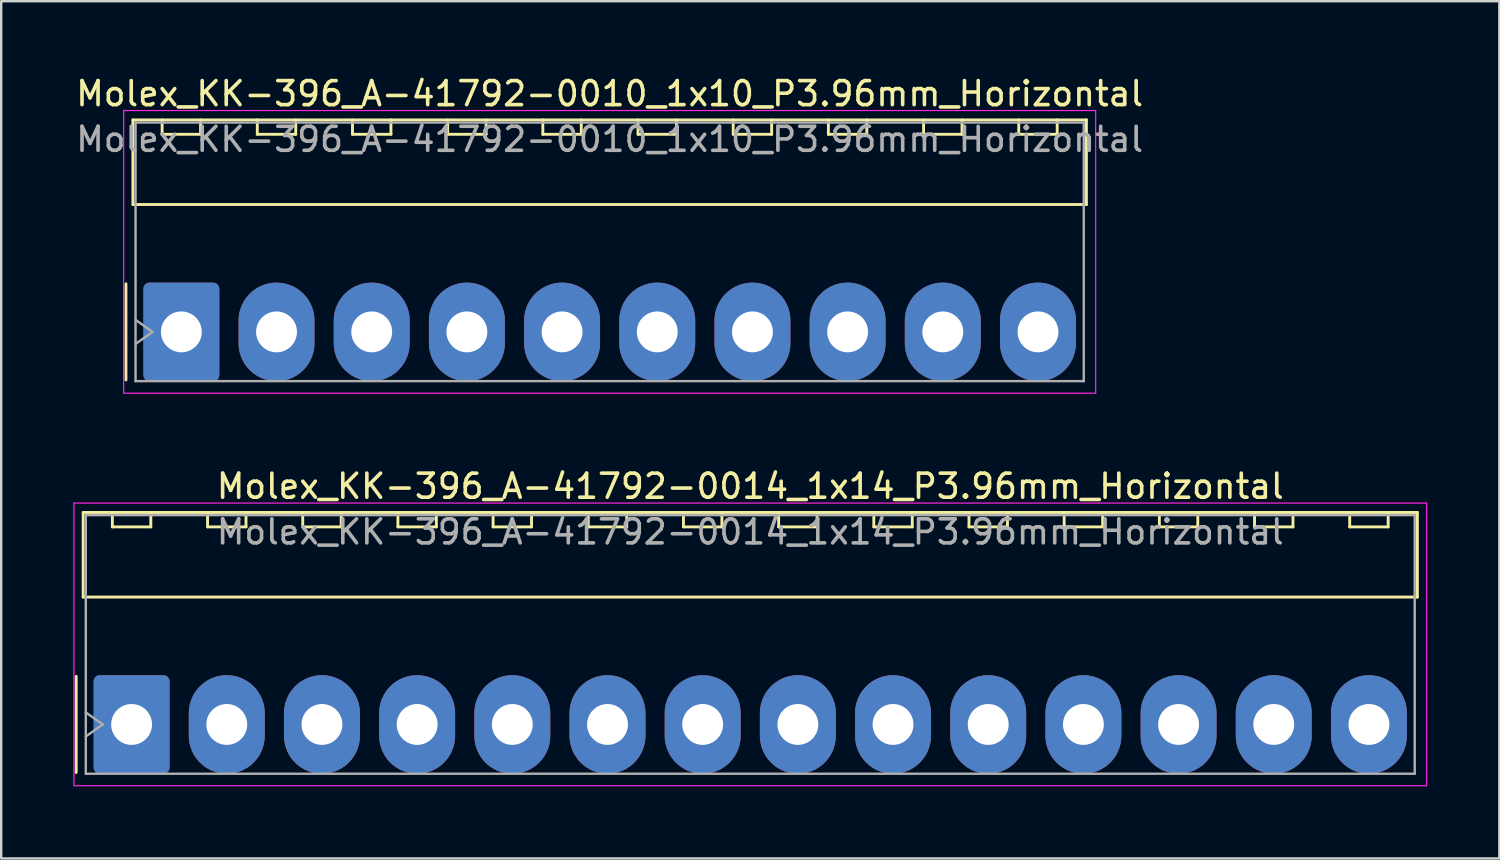
<source format=kicad_pcb>
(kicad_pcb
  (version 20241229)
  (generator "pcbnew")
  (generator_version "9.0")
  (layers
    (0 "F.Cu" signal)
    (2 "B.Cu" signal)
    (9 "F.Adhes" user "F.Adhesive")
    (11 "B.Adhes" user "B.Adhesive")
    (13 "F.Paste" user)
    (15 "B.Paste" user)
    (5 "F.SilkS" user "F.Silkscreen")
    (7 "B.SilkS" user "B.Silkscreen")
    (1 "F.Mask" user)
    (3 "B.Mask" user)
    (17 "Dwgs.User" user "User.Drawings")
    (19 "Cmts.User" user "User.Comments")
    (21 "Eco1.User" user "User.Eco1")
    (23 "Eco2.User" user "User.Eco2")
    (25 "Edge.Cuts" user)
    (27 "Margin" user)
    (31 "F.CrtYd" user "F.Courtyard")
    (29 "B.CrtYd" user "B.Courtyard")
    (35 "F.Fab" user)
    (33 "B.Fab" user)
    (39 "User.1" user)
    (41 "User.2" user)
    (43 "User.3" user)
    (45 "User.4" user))
  (footprint "Molex_KK-396_A-41792-0010_1x10_P3.96mm_Horizontal"
    (layer "F.Cu")
    (at 4.495 10.758)
    (property "Reference" "Molex_KK-396_A-41792-0010_1x10_P3.96mm_Horizontal" (at 17.82 -9.91 0) (layer "F.SilkS") (effects (font (size 1 1) (thickness 0.15))))
    (attr through_hole)
    (fp_line (start -2.305 -2) (end -2.305 2) (stroke (width 0.12) (type solid)) (layer "F.SilkS"))
    (fp_line (start -2.015 -8.82) (end 37.655 -8.82) (stroke (width 0.12) (type solid)) (layer "F.SilkS"))
    (fp_line (start -2.015 -5.3) (end -2.015 -8.82) (stroke (width 0.12) (type solid)) (layer "F.SilkS"))
    (fp_line (start -0.8 -8.82) (end -0.8 -8.22) (stroke (width 0.12) (type solid)) (layer "F.SilkS"))
    (fp_line (start -0.8 -8.22) (end 0.8 -8.22) (stroke (width 0.12) (type solid)) (layer "F.SilkS"))
    (fp_line (start 0.8 -8.22) (end 0.8 -8.82) (stroke (width 0.12) (type solid)) (layer "F.SilkS"))
    (fp_line (start 3.16 -8.82) (end 3.16 -8.22) (stroke (width 0.12) (type solid)) (layer "F.SilkS"))
    (fp_line (start 3.16 -8.22) (end 4.76 -8.22) (stroke (width 0.12) (type solid)) (layer "F.SilkS"))
    (fp_line (start 4.76 -8.22) (end 4.76 -8.82) (stroke (width 0.12) (type solid)) (layer "F.SilkS"))
    (fp_line (start 7.12 -8.82) (end 7.12 -8.22) (stroke (width 0.12) (type solid)) (layer "F.SilkS"))
    (fp_line (start 7.12 -8.22) (end 8.72 -8.22) (stroke (width 0.12) (type solid)) (layer "F.SilkS"))
    (fp_line (start 8.72 -8.22) (end 8.72 -8.82) (stroke (width 0.12) (type solid)) (layer "F.SilkS"))
    (fp_line (start 11.08 -8.82) (end 11.08 -8.22) (stroke (width 0.12) (type solid)) (layer "F.SilkS"))
    (fp_line (start 11.08 -8.22) (end 12.68 -8.22) (stroke (width 0.12) (type solid)) (layer "F.SilkS"))
    (fp_line (start 12.68 -8.22) (end 12.68 -8.82) (stroke (width 0.12) (type solid)) (layer "F.SilkS"))
    (fp_line (start 15.04 -8.82) (end 15.04 -8.22) (stroke (width 0.12) (type solid)) (layer "F.SilkS"))
    (fp_line (start 15.04 -8.22) (end 16.64 -8.22) (stroke (width 0.12) (type solid)) (layer "F.SilkS"))
    (fp_line (start 16.64 -8.22) (end 16.64 -8.82) (stroke (width 0.12) (type solid)) (layer "F.SilkS"))
    (fp_line (start 19 -8.82) (end 19 -8.22) (stroke (width 0.12) (type solid)) (layer "F.SilkS"))
    (fp_line (start 19 -8.22) (end 20.6 -8.22) (stroke (width 0.12) (type solid)) (layer "F.SilkS"))
    (fp_line (start 20.6 -8.22) (end 20.6 -8.82) (stroke (width 0.12) (type solid)) (layer "F.SilkS"))
    (fp_line (start 22.96 -8.82) (end 22.96 -8.22) (stroke (width 0.12) (type solid)) (layer "F.SilkS"))
    (fp_line (start 22.96 -8.22) (end 24.56 -8.22) (stroke (width 0.12) (type solid)) (layer "F.SilkS"))
    (fp_line (start 24.56 -8.22) (end 24.56 -8.82) (stroke (width 0.12) (type solid)) (layer "F.SilkS"))
    (fp_line (start 26.92 -8.82) (end 26.92 -8.22) (stroke (width 0.12) (type solid)) (layer "F.SilkS"))
    (fp_line (start 26.92 -8.22) (end 28.52 -8.22) (stroke (width 0.12) (type solid)) (layer "F.SilkS"))
    (fp_line (start 28.52 -8.22) (end 28.52 -8.82) (stroke (width 0.12) (type solid)) (layer "F.SilkS"))
    (fp_line (start 30.88 -8.82) (end 30.88 -8.22) (stroke (width 0.12) (type solid)) (layer "F.SilkS"))
    (fp_line (start 30.88 -8.22) (end 32.48 -8.22) (stroke (width 0.12) (type solid)) (layer "F.SilkS"))
    (fp_line (start 32.48 -8.22) (end 32.48 -8.82) (stroke (width 0.12) (type solid)) (layer "F.SilkS"))
    (fp_line (start 34.84 -8.82) (end 34.84 -8.22) (stroke (width 0.12) (type solid)) (layer "F.SilkS"))
    (fp_line (start 34.84 -8.22) (end 36.44 -8.22) (stroke (width 0.12) (type solid)) (layer "F.SilkS"))
    (fp_line (start 36.44 -8.22) (end 36.44 -8.82) (stroke (width 0.12) (type solid)) (layer "F.SilkS"))
    (fp_line (start 37.655 -8.82) (end 37.655 -5.3) (stroke (width 0.12) (type solid)) (layer "F.SilkS"))
    (fp_line (start 37.655 -5.3) (end -2.015 -5.3) (stroke (width 0.12) (type solid)) (layer "F.SilkS"))
    (fp_line (start -2.4 -9.21) (end -2.4 2.55) (stroke (width 0.05) (type solid)) (layer "F.CrtYd"))
    (fp_line (start -2.4 2.55) (end 38.04 2.55) (stroke (width 0.05) (type solid)) (layer "F.CrtYd"))
    (fp_line (start 38.04 -9.21) (end -2.4 -9.21) (stroke (width 0.05) (type solid)) (layer "F.CrtYd"))
    (fp_line (start 38.04 2.55) (end 38.04 -9.21) (stroke (width 0.05) (type solid)) (layer "F.CrtYd"))
    (fp_line (start -1.905 -8.71) (end 37.545 -8.71) (stroke (width 0.1) (type solid)) (layer "F.Fab"))
    (fp_line (start -1.905 -0.5) (end -1.198 0) (stroke (width 0.1) (type solid)) (layer "F.Fab"))
    (fp_line (start -1.905 2.05) (end -1.905 -8.71) (stroke (width 0.1) (type solid)) (layer "F.Fab"))
    (fp_line (start -1.198 0) (end -1.905 0.5) (stroke (width 0.1) (type solid)) (layer "F.Fab"))
    (fp_line (start 37.545 -8.71) (end 37.545 2.05) (stroke (width 0.1) (type solid)) (layer "F.Fab"))
    (fp_line (start 37.545 2.05) (end -1.905 2.05) (stroke (width 0.1) (type solid)) (layer "F.Fab"))
    (fp_text user "${REFERENCE}" (at 17.82 -8.01 0) (layer "F.Fab") (effects (font (size 1 1) (thickness 0.15))))
    (pad "1" thru_hole roundrect (at 0 0) (size 3.16 4.1) (drill 1.7) (layers "*.Cu" "*.Mask") (roundrect_rratio 0.079))
    (pad "2" thru_hole oval (at 3.96 0) (size 3.16 4.1) (drill 1.7) (layers "*.Cu" "*.Mask"))
    (pad "3" thru_hole oval (at 7.92 0) (size 3.16 4.1) (drill 1.7) (layers "*.Cu" "*.Mask"))
    (pad "4" thru_hole oval (at 11.88 0) (size 3.16 4.1) (drill 1.7) (layers "*.Cu" "*.Mask"))
    (pad "5" thru_hole oval (at 15.84 0) (size 3.16 4.1) (drill 1.7) (layers "*.Cu" "*.Mask"))
    (pad "6" thru_hole oval (at 19.8 0) (size 3.16 4.1) (drill 1.7) (layers "*.Cu" "*.Mask"))
    (pad "7" thru_hole oval (at 23.76 0) (size 3.16 4.1) (drill 1.7) (layers "*.Cu" "*.Mask"))
    (pad "8" thru_hole oval (at 27.72 0) (size 3.16 4.1) (drill 1.7) (layers "*.Cu" "*.Mask"))
    (pad "9" thru_hole oval (at 31.68 0) (size 3.16 4.1) (drill 1.7) (layers "*.Cu" "*.Mask"))
    (pad "10" thru_hole oval (at 35.64 0) (size 3.16 4.1) (drill 1.7) (layers "*.Cu" "*.Mask")))
  (footprint "Molex_KK-396_A-41792-0014_1x14_P3.96mm_Horizontal"
    (layer "F.Cu")
    (at 2.425 27.091)
    (property "Reference" "Molex_KK-396_A-41792-0014_1x14_P3.96mm_Horizontal" (at 25.74 -9.91 0) (layer "F.SilkS") (effects (font (size 1 1) (thickness 0.15))))
    (attr through_hole)
    (fp_line (start -2.305 -2) (end -2.305 2) (stroke (width 0.12) (type solid)) (layer "F.SilkS"))
    (fp_line (start -2.015 -8.82) (end 53.495 -8.82) (stroke (width 0.12) (type solid)) (layer "F.SilkS"))
    (fp_line (start -2.015 -5.3) (end -2.015 -8.82) (stroke (width 0.12) (type solid)) (layer "F.SilkS"))
    (fp_line (start -0.8 -8.82) (end -0.8 -8.22) (stroke (width 0.12) (type solid)) (layer "F.SilkS"))
    (fp_line (start -0.8 -8.22) (end 0.8 -8.22) (stroke (width 0.12) (type solid)) (layer "F.SilkS"))
    (fp_line (start 0.8 -8.22) (end 0.8 -8.82) (stroke (width 0.12) (type solid)) (layer "F.SilkS"))
    (fp_line (start 3.16 -8.82) (end 3.16 -8.22) (stroke (width 0.12) (type solid)) (layer "F.SilkS"))
    (fp_line (start 3.16 -8.22) (end 4.76 -8.22) (stroke (width 0.12) (type solid)) (layer "F.SilkS"))
    (fp_line (start 4.76 -8.22) (end 4.76 -8.82) (stroke (width 0.12) (type solid)) (layer "F.SilkS"))
    (fp_line (start 7.12 -8.82) (end 7.12 -8.22) (stroke (width 0.12) (type solid)) (layer "F.SilkS"))
    (fp_line (start 7.12 -8.22) (end 8.72 -8.22) (stroke (width 0.12) (type solid)) (layer "F.SilkS"))
    (fp_line (start 8.72 -8.22) (end 8.72 -8.82) (stroke (width 0.12) (type solid)) (layer "F.SilkS"))
    (fp_line (start 11.08 -8.82) (end 11.08 -8.22) (stroke (width 0.12) (type solid)) (layer "F.SilkS"))
    (fp_line (start 11.08 -8.22) (end 12.68 -8.22) (stroke (width 0.12) (type solid)) (layer "F.SilkS"))
    (fp_line (start 12.68 -8.22) (end 12.68 -8.82) (stroke (width 0.12) (type solid)) (layer "F.SilkS"))
    (fp_line (start 15.04 -8.82) (end 15.04 -8.22) (stroke (width 0.12) (type solid)) (layer "F.SilkS"))
    (fp_line (start 15.04 -8.22) (end 16.64 -8.22) (stroke (width 0.12) (type solid)) (layer "F.SilkS"))
    (fp_line (start 16.64 -8.22) (end 16.64 -8.82) (stroke (width 0.12) (type solid)) (layer "F.SilkS"))
    (fp_line (start 19 -8.82) (end 19 -8.22) (stroke (width 0.12) (type solid)) (layer "F.SilkS"))
    (fp_line (start 19 -8.22) (end 20.6 -8.22) (stroke (width 0.12) (type solid)) (layer "F.SilkS"))
    (fp_line (start 20.6 -8.22) (end 20.6 -8.82) (stroke (width 0.12) (type solid)) (layer "F.SilkS"))
    (fp_line (start 22.96 -8.82) (end 22.96 -8.22) (stroke (width 0.12) (type solid)) (layer "F.SilkS"))
    (fp_line (start 22.96 -8.22) (end 24.56 -8.22) (stroke (width 0.12) (type solid)) (layer "F.SilkS"))
    (fp_line (start 24.56 -8.22) (end 24.56 -8.82) (stroke (width 0.12) (type solid)) (layer "F.SilkS"))
    (fp_line (start 26.92 -8.82) (end 26.92 -8.22) (stroke (width 0.12) (type solid)) (layer "F.SilkS"))
    (fp_line (start 26.92 -8.22) (end 28.52 -8.22) (stroke (width 0.12) (type solid)) (layer "F.SilkS"))
    (fp_line (start 28.52 -8.22) (end 28.52 -8.82) (stroke (width 0.12) (type solid)) (layer "F.SilkS"))
    (fp_line (start 30.88 -8.82) (end 30.88 -8.22) (stroke (width 0.12) (type solid)) (layer "F.SilkS"))
    (fp_line (start 30.88 -8.22) (end 32.48 -8.22) (stroke (width 0.12) (type solid)) (layer "F.SilkS"))
    (fp_line (start 32.48 -8.22) (end 32.48 -8.82) (stroke (width 0.12) (type solid)) (layer "F.SilkS"))
    (fp_line (start 34.84 -8.82) (end 34.84 -8.22) (stroke (width 0.12) (type solid)) (layer "F.SilkS"))
    (fp_line (start 34.84 -8.22) (end 36.44 -8.22) (stroke (width 0.12) (type solid)) (layer "F.SilkS"))
    (fp_line (start 36.44 -8.22) (end 36.44 -8.82) (stroke (width 0.12) (type solid)) (layer "F.SilkS"))
    (fp_line (start 38.8 -8.82) (end 38.8 -8.22) (stroke (width 0.12) (type solid)) (layer "F.SilkS"))
    (fp_line (start 38.8 -8.22) (end 40.4 -8.22) (stroke (width 0.12) (type solid)) (layer "F.SilkS"))
    (fp_line (start 40.4 -8.22) (end 40.4 -8.82) (stroke (width 0.12) (type solid)) (layer "F.SilkS"))
    (fp_line (start 42.76 -8.82) (end 42.76 -8.22) (stroke (width 0.12) (type solid)) (layer "F.SilkS"))
    (fp_line (start 42.76 -8.22) (end 44.36 -8.22) (stroke (width 0.12) (type solid)) (layer "F.SilkS"))
    (fp_line (start 44.36 -8.22) (end 44.36 -8.82) (stroke (width 0.12) (type solid)) (layer "F.SilkS"))
    (fp_line (start 46.72 -8.82) (end 46.72 -8.22) (stroke (width 0.12) (type solid)) (layer "F.SilkS"))
    (fp_line (start 46.72 -8.22) (end 48.32 -8.22) (stroke (width 0.12) (type solid)) (layer "F.SilkS"))
    (fp_line (start 48.32 -8.22) (end 48.32 -8.82) (stroke (width 0.12) (type solid)) (layer "F.SilkS"))
    (fp_line (start 50.68 -8.82) (end 50.68 -8.22) (stroke (width 0.12) (type solid)) (layer "F.SilkS"))
    (fp_line (start 50.68 -8.22) (end 52.28 -8.22) (stroke (width 0.12) (type solid)) (layer "F.SilkS"))
    (fp_line (start 52.28 -8.22) (end 52.28 -8.82) (stroke (width 0.12) (type solid)) (layer "F.SilkS"))
    (fp_line (start 53.495 -8.82) (end 53.495 -5.3) (stroke (width 0.12) (type solid)) (layer "F.SilkS"))
    (fp_line (start 53.495 -5.3) (end -2.015 -5.3) (stroke (width 0.12) (type solid)) (layer "F.SilkS"))
    (fp_line (start -2.4 -9.21) (end -2.4 2.55) (stroke (width 0.05) (type solid)) (layer "F.CrtYd"))
    (fp_line (start -2.4 2.55) (end 53.88 2.55) (stroke (width 0.05) (type solid)) (layer "F.CrtYd"))
    (fp_line (start 53.88 -9.21) (end -2.4 -9.21) (stroke (width 0.05) (type solid)) (layer "F.CrtYd"))
    (fp_line (start 53.88 2.55) (end 53.88 -9.21) (stroke (width 0.05) (type solid)) (layer "F.CrtYd"))
    (fp_line (start -1.905 -8.71) (end 53.385 -8.71) (stroke (width 0.1) (type solid)) (layer "F.Fab"))
    (fp_line (start -1.905 -0.5) (end -1.198 0) (stroke (width 0.1) (type solid)) (layer "F.Fab"))
    (fp_line (start -1.905 2.05) (end -1.905 -8.71) (stroke (width 0.1) (type solid)) (layer "F.Fab"))
    (fp_line (start -1.198 0) (end -1.905 0.5) (stroke (width 0.1) (type solid)) (layer "F.Fab"))
    (fp_line (start 53.385 -8.71) (end 53.385 2.05) (stroke (width 0.1) (type solid)) (layer "F.Fab"))
    (fp_line (start 53.385 2.05) (end -1.905 2.05) (stroke (width 0.1) (type solid)) (layer "F.Fab"))
    (fp_text user "${REFERENCE}" (at 25.74 -8.01 0) (layer "F.Fab") (effects (font (size 1 1) (thickness 0.15))))
    (pad "1" thru_hole roundrect (at 0 0) (size 3.16 4.1) (drill 1.7) (layers "*.Cu" "*.Mask") (roundrect_rratio 0.079))
    (pad "2" thru_hole oval (at 3.96 0) (size 3.16 4.1) (drill 1.7) (layers "*.Cu" "*.Mask"))
    (pad "3" thru_hole oval (at 7.92 0) (size 3.16 4.1) (drill 1.7) (layers "*.Cu" "*.Mask"))
    (pad "4" thru_hole oval (at 11.88 0) (size 3.16 4.1) (drill 1.7) (layers "*.Cu" "*.Mask"))
    (pad "5" thru_hole oval (at 15.84 0) (size 3.16 4.1) (drill 1.7) (layers "*.Cu" "*.Mask"))
    (pad "6" thru_hole oval (at 19.8 0) (size 3.16 4.1) (drill 1.7) (layers "*.Cu" "*.Mask"))
    (pad "7" thru_hole oval (at 23.76 0) (size 3.16 4.1) (drill 1.7) (layers "*.Cu" "*.Mask"))
    (pad "8" thru_hole oval (at 27.72 0) (size 3.16 4.1) (drill 1.7) (layers "*.Cu" "*.Mask"))
    (pad "9" thru_hole oval (at 31.68 0) (size 3.16 4.1) (drill 1.7) (layers "*.Cu" "*.Mask"))
    (pad "10" thru_hole oval (at 35.64 0) (size 3.16 4.1) (drill 1.7) (layers "*.Cu" "*.Mask"))
    (pad "11" thru_hole oval (at 39.6 0) (size 3.16 4.1) (drill 1.7) (layers "*.Cu" "*.Mask"))
    (pad "12" thru_hole oval (at 43.56 0) (size 3.16 4.1) (drill 1.7) (layers "*.Cu" "*.Mask"))
    (pad "13" thru_hole oval (at 47.52 0) (size 3.16 4.1) (drill 1.7) (layers "*.Cu" "*.Mask"))
    (pad "14" thru_hole oval (at 51.48 0) (size 3.16 4.1) (drill 1.7) (layers "*.Cu" "*.Mask")))
  (gr_rect
    (start -3 -3)
    (end 59.33 32.666)
    (stroke (width 0.1) (type default))
    (fill no)
    (layer "Edge.Cuts")))
</source>
